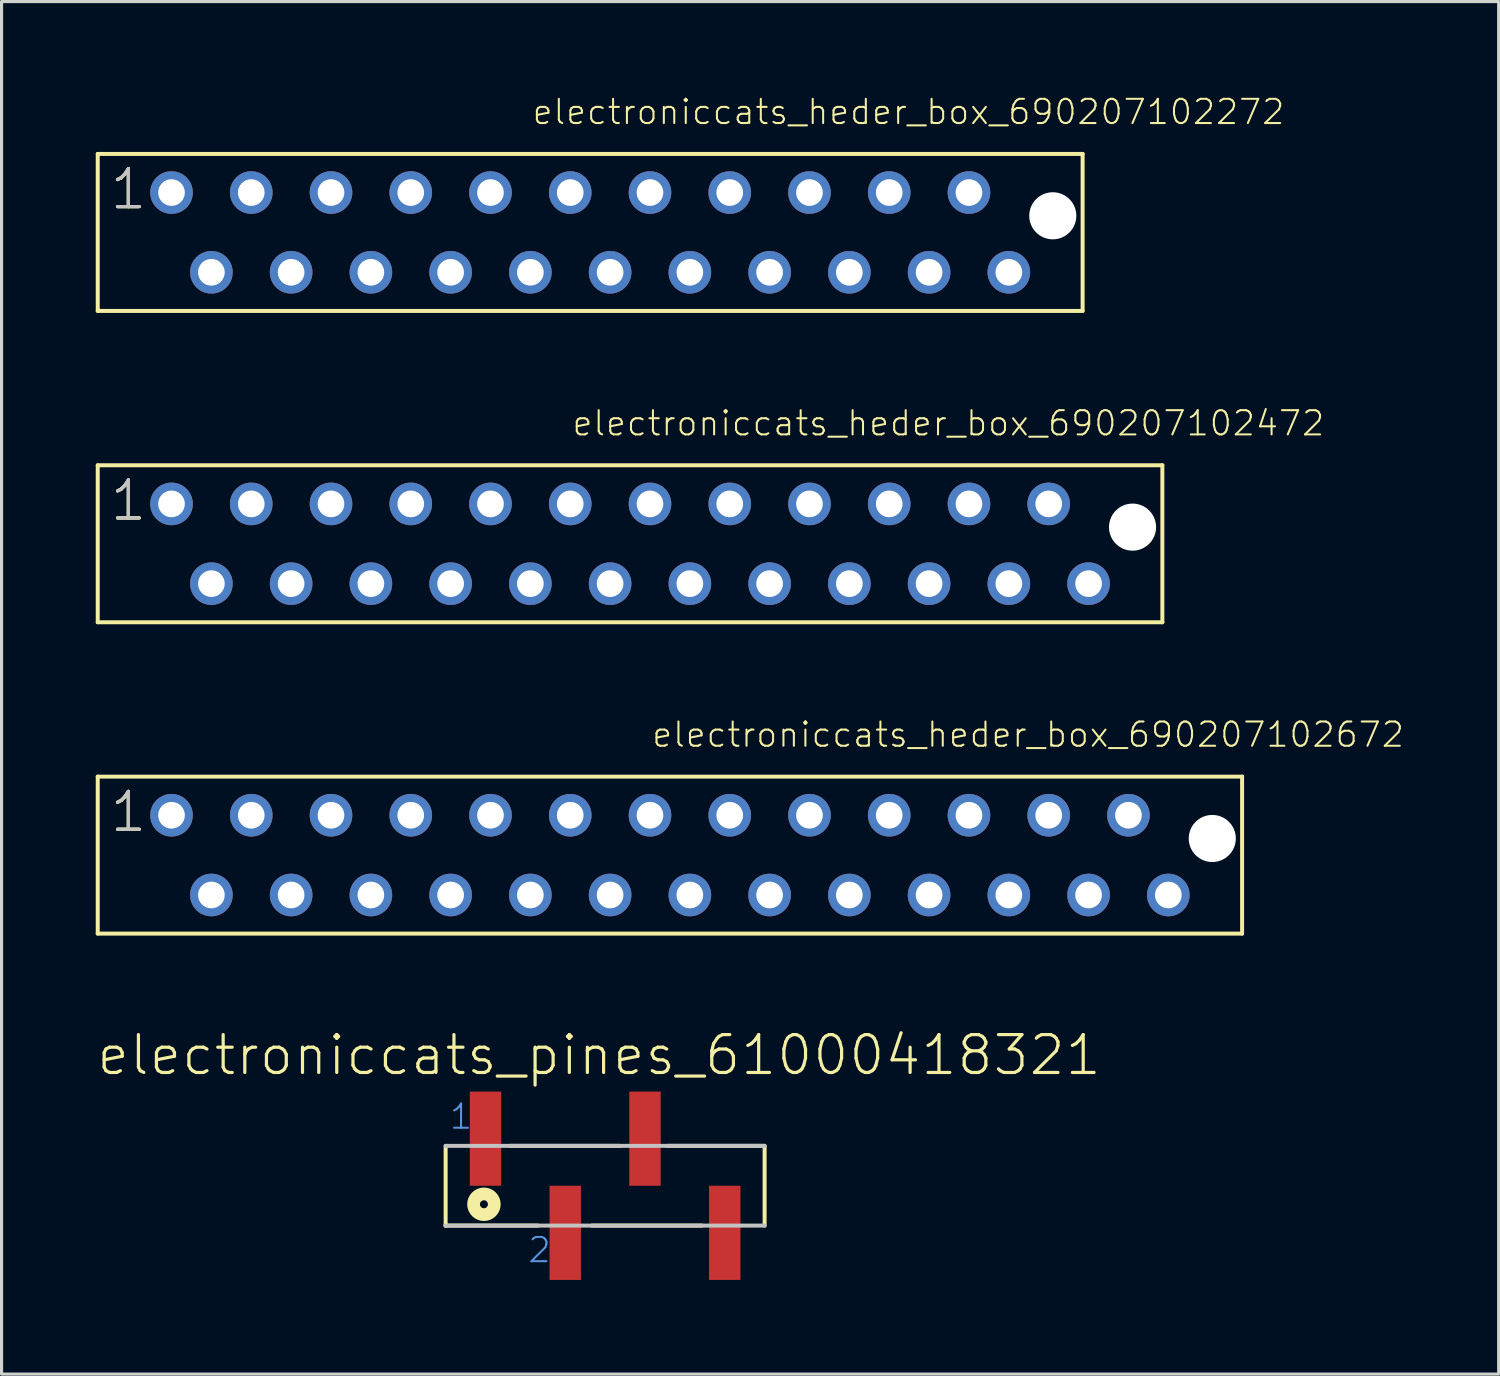
<source format=kicad_pcb>
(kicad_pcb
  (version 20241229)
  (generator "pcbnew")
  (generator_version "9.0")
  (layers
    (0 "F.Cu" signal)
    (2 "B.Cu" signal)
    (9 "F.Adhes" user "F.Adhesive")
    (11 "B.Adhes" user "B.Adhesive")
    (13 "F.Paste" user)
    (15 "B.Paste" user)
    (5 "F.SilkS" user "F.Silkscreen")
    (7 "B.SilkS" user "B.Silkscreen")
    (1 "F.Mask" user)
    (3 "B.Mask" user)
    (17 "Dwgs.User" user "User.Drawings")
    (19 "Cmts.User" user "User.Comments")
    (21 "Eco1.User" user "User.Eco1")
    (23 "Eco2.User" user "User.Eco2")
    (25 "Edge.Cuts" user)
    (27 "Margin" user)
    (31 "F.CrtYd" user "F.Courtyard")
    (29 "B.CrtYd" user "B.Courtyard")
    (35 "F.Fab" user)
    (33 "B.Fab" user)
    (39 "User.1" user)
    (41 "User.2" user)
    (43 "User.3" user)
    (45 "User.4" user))
  (footprint "electroniccats_heder_box_690207102272"
    (layer "F.Cu")
    (at 15.748 4.353)
    (property "Reference" "electroniccats_heder_box_690207102272" (at -1.887 -3.386 0) (layer "F.SilkS") (effects (font (size 0.772 0.772) (thickness 0.065)) (justify left bottom)))
    (attr through_hole)
    (fp_line (start -15.685 -2.5) (end -15.685 2.5) (stroke (width 0.127) (type solid)) (layer "F.SilkS"))
    (fp_line (start -15.685 2.5) (end 15.685 2.5) (stroke (width 0.127) (type solid)) (layer "F.SilkS"))
    (fp_line (start 15.685 -2.5) (end -15.685 -2.5) (stroke (width 0.127) (type solid)) (layer "F.SilkS"))
    (fp_line (start 15.685 2.5) (end 15.685 -2.5) (stroke (width 0.127) (type solid)) (layer "F.SilkS"))
    (fp_text user "1" (at -15.35 -0.67 0) (layer "F.SilkS") (effects (font (size 1.206 1.206) (thickness 0.102)) (justify left bottom)))
    (fp_text user "1" (at -15.35 -0.67 0) (layer "F.SilkS") (effects (font (size 1.206 1.206) (thickness 0.102)) (justify left bottom)))
    (fp_text user "1" (at -15.35 -0.67 0) (layer "Dwgs.User") (effects (font (size 1.206 1.206) (thickness 0.102)) (justify left bottom)))
    (pad "" np_thru_hole circle (at 14.735 -0.53) (size 1.5 1.5) (drill 1.5) (layers "*.Cu"))
    (pad "1" thru_hole circle (at -13.335 -1.27 180) (size 1.358 1.358) (drill 0.85) (layers "*.Cu" "*.Mask"))
    (pad "2" thru_hole circle (at -12.065 1.27 180) (size 1.358 1.358) (drill 0.85) (layers "*.Cu" "*.Mask"))
    (pad "3" thru_hole circle (at -10.795 -1.27 180) (size 1.358 1.358) (drill 0.85) (layers "*.Cu" "*.Mask"))
    (pad "4" thru_hole circle (at -9.525 1.27 180) (size 1.358 1.358) (drill 0.85) (layers "*.Cu" "*.Mask"))
    (pad "5" thru_hole circle (at -8.255 -1.27 180) (size 1.358 1.358) (drill 0.85) (layers "*.Cu" "*.Mask"))
    (pad "6" thru_hole circle (at -6.985 1.27 180) (size 1.358 1.358) (drill 0.85) (layers "*.Cu" "*.Mask"))
    (pad "7" thru_hole circle (at -5.715 -1.27 180) (size 1.358 1.358) (drill 0.85) (layers "*.Cu" "*.Mask"))
    (pad "8" thru_hole circle (at -4.445 1.27 180) (size 1.358 1.358) (drill 0.85) (layers "*.Cu" "*.Mask"))
    (pad "9" thru_hole circle (at -3.175 -1.27 180) (size 1.358 1.358) (drill 0.85) (layers "*.Cu" "*.Mask"))
    (pad "10" thru_hole circle (at -1.905 1.27 180) (size 1.358 1.358) (drill 0.85) (layers "*.Cu" "*.Mask"))
    (pad "11" thru_hole circle (at -0.635 -1.27 180) (size 1.358 1.358) (drill 0.85) (layers "*.Cu" "*.Mask"))
    (pad "12" thru_hole circle (at 0.635 1.27 180) (size 1.358 1.358) (drill 0.85) (layers "*.Cu" "*.Mask"))
    (pad "13" thru_hole circle (at 1.905 -1.27 180) (size 1.358 1.358) (drill 0.85) (layers "*.Cu" "*.Mask"))
    (pad "14" thru_hole circle (at 3.175 1.27 180) (size 1.358 1.358) (drill 0.85) (layers "*.Cu" "*.Mask"))
    (pad "15" thru_hole circle (at 4.445 -1.27 180) (size 1.358 1.358) (drill 0.85) (layers "*.Cu" "*.Mask"))
    (pad "16" thru_hole circle (at 5.715 1.27 180) (size 1.358 1.358) (drill 0.85) (layers "*.Cu" "*.Mask"))
    (pad "17" thru_hole circle (at 6.985 -1.27 180) (size 1.358 1.358) (drill 0.85) (layers "*.Cu" "*.Mask"))
    (pad "18" thru_hole circle (at 8.255 1.27 180) (size 1.358 1.358) (drill 0.85) (layers "*.Cu" "*.Mask"))
    (pad "19" thru_hole circle (at 9.525 -1.27 180) (size 1.358 1.358) (drill 0.85) (layers "*.Cu" "*.Mask"))
    (pad "20" thru_hole circle (at 10.795 1.27 180) (size 1.358 1.358) (drill 0.85) (layers "*.Cu" "*.Mask"))
    (pad "21" thru_hole circle (at 12.065 -1.27 180) (size 1.358 1.358) (drill 0.85) (layers "*.Cu" "*.Mask"))
    (pad "22" thru_hole circle (at 13.335 1.27 180) (size 1.358 1.358) (drill 0.85) (layers "*.Cu" "*.Mask")))
  (footprint "electroniccats_heder_box_690207102672"
    (layer "F.Cu")
    (at 19.558 24.187)
    (property "Reference" "electroniccats_heder_box_690207102672" (at -1.887 -3.386 0) (layer "F.SilkS") (effects (font (size 0.772 0.772) (thickness 0.065)) (justify left bottom)))
    (attr through_hole)
    (fp_line (start -19.495 -2.5) (end -19.495 2.5) (stroke (width 0.127) (type solid)) (layer "F.SilkS"))
    (fp_line (start -19.495 2.5) (end 16.955 2.5) (stroke (width 0.127) (type solid)) (layer "F.SilkS"))
    (fp_line (start 16.955 -2.5) (end -19.495 -2.5) (stroke (width 0.127) (type solid)) (layer "F.SilkS"))
    (fp_line (start 16.955 2.5) (end 16.955 -2.5) (stroke (width 0.127) (type solid)) (layer "F.SilkS"))
    (fp_text user "1" (at -19.16 -0.67 0) (layer "F.SilkS") (effects (font (size 1.206 1.206) (thickness 0.102)) (justify left bottom)))
    (fp_text user "1" (at -19.16 -0.67 0) (layer "F.SilkS") (effects (font (size 1.206 1.206) (thickness 0.102)) (justify left bottom)))
    (fp_text user "1" (at -19.16 -0.67 0) (layer "Dwgs.User") (effects (font (size 1.206 1.206) (thickness 0.102)) (justify left bottom)))
    (pad "" np_thru_hole circle (at 16.005 -0.53) (size 1.5 1.5) (drill 1.5) (layers "*.Cu"))
    (pad "1" thru_hole circle (at -17.145 -1.27 180) (size 1.358 1.358) (drill 0.85) (layers "*.Cu" "*.Mask"))
    (pad "2" thru_hole circle (at -15.875 1.27 180) (size 1.358 1.358) (drill 0.85) (layers "*.Cu" "*.Mask"))
    (pad "3" thru_hole circle (at -14.605 -1.27 180) (size 1.358 1.358) (drill 0.85) (layers "*.Cu" "*.Mask"))
    (pad "4" thru_hole circle (at -13.335 1.27 180) (size 1.358 1.358) (drill 0.85) (layers "*.Cu" "*.Mask"))
    (pad "5" thru_hole circle (at -12.065 -1.27 180) (size 1.358 1.358) (drill 0.85) (layers "*.Cu" "*.Mask"))
    (pad "6" thru_hole circle (at -10.795 1.27 180) (size 1.358 1.358) (drill 0.85) (layers "*.Cu" "*.Mask"))
    (pad "7" thru_hole circle (at -9.525 -1.27 180) (size 1.358 1.358) (drill 0.85) (layers "*.Cu" "*.Mask"))
    (pad "8" thru_hole circle (at -8.255 1.27 180) (size 1.358 1.358) (drill 0.85) (layers "*.Cu" "*.Mask"))
    (pad "9" thru_hole circle (at -6.985 -1.27 180) (size 1.358 1.358) (drill 0.85) (layers "*.Cu" "*.Mask"))
    (pad "10" thru_hole circle (at -5.715 1.27 180) (size 1.358 1.358) (drill 0.85) (layers "*.Cu" "*.Mask"))
    (pad "11" thru_hole circle (at -4.445 -1.27 180) (size 1.358 1.358) (drill 0.85) (layers "*.Cu" "*.Mask"))
    (pad "12" thru_hole circle (at -3.175 1.27 180) (size 1.358 1.358) (drill 0.85) (layers "*.Cu" "*.Mask"))
    (pad "13" thru_hole circle (at -1.905 -1.27 180) (size 1.358 1.358) (drill 0.85) (layers "*.Cu" "*.Mask"))
    (pad "14" thru_hole circle (at -0.635 1.27 180) (size 1.358 1.358) (drill 0.85) (layers "*.Cu" "*.Mask"))
    (pad "15" thru_hole circle (at 0.635 -1.27 180) (size 1.358 1.358) (drill 0.85) (layers "*.Cu" "*.Mask"))
    (pad "16" thru_hole circle (at 1.905 1.27 180) (size 1.358 1.358) (drill 0.85) (layers "*.Cu" "*.Mask"))
    (pad "17" thru_hole circle (at 3.175 -1.27 180) (size 1.358 1.358) (drill 0.85) (layers "*.Cu" "*.Mask"))
    (pad "18" thru_hole circle (at 4.445 1.27 180) (size 1.358 1.358) (drill 0.85) (layers "*.Cu" "*.Mask"))
    (pad "19" thru_hole circle (at 5.715 -1.27 180) (size 1.358 1.358) (drill 0.85) (layers "*.Cu" "*.Mask"))
    (pad "20" thru_hole circle (at 6.985 1.27 180) (size 1.358 1.358) (drill 0.85) (layers "*.Cu" "*.Mask"))
    (pad "21" thru_hole circle (at 8.255 -1.27 180) (size 1.358 1.358) (drill 0.85) (layers "*.Cu" "*.Mask"))
    (pad "22" thru_hole circle (at 9.525 1.27 180) (size 1.358 1.358) (drill 0.85) (layers "*.Cu" "*.Mask"))
    (pad "23" thru_hole circle (at 10.795 -1.27 180) (size 1.358 1.358) (drill 0.85) (layers "*.Cu" "*.Mask"))
    (pad "24" thru_hole circle (at 12.065 1.27 180) (size 1.358 1.358) (drill 0.85) (layers "*.Cu" "*.Mask"))
    (pad "25" thru_hole circle (at 13.335 -1.27 180) (size 1.358 1.358) (drill 0.85) (layers "*.Cu" "*.Mask"))
    (pad "26" thru_hole circle (at 14.605 1.27 180) (size 1.358 1.358) (drill 0.85) (layers "*.Cu" "*.Mask")))
  (footprint "electroniccats_pines_61000418321"
    (layer "F.Cu")
    (at 16.224 34.718)
    (property "Reference" "electroniccats_pines_61000418321" (at -0.192 -3.456 0) (layer "F.SilkS") (effects (font (size 1.206 1.206) (thickness 0.102)) (justify bottom)))
    (attr through_hole)
    (fp_line (start -5.081 1.27) (end -5.081 1.261) (stroke (width 0.127) (type solid)) (layer "F.SilkS"))
    (fp_line (start -5.08 -1.27) (end -5.08 1.27) (stroke (width 0.127) (type solid)) (layer "F.SilkS"))
    (fp_line (start -3.041 -1.27) (end 0.476 -1.27) (stroke (width 0.127) (type solid)) (layer "F.SilkS"))
    (fp_line (start -2.144 1.27) (end -5.081 1.27) (stroke (width 0.127) (type solid)) (layer "F.SilkS"))
    (fp_line (start -0.425 1.27) (end 3.092 1.27) (stroke (width 0.127) (type solid)) (layer "F.SilkS"))
    (fp_line (start 1.993 -1.27) (end 5.07 -1.27) (stroke (width 0.127) (type solid)) (layer "F.SilkS"))
    (fp_line (start 5.08 1.27) (end 5.08 -1.27) (stroke (width 0.127) (type solid)) (layer "F.SilkS"))
    (fp_circle (center -3.86 0.59) (end -3.733 0.59) (stroke (width 0.406) (type solid)) (fill no) (layer "F.SilkS"))
    (fp_line (start -5.08 1.27) (end 5.08 1.27) (stroke (width 0.127) (type solid)) (layer "Dwgs.User"))
    (fp_line (start 5.08 -1.27) (end -5.08 -1.27) (stroke (width 0.127) (type solid)) (layer "Dwgs.User"))
    (fp_text user "2" (at -2.5 2.5 0) (layer "Cmts.User") (effects (font (size 0.772 0.772) (thickness 0.065)) (justify left bottom)))
    (fp_text user "1" (at -5 -1.75 0) (layer "Cmts.User") (effects (font (size 0.772 0.772) (thickness 0.065)) (justify left bottom)))
    (pad "1" smd rect (at -3.81 -1.5) (size 1 3) (layers "F.Cu" "F.Mask" "F.Paste"))
    (pad "2" smd rect (at -1.27 1.5) (size 1 3) (layers "F.Cu" "F.Mask" "F.Paste"))
    (pad "3" smd rect (at 1.27 -1.5) (size 1 3) (layers "F.Cu" "F.Mask" "F.Paste"))
    (pad "4" smd rect (at 3.81 1.5) (size 1 3) (layers "F.Cu" "F.Mask" "F.Paste")))
  (footprint "electroniccats_heder_box_690207102472"
    (layer "F.Cu")
    (at 17.018 14.27)
    (property "Reference" "electroniccats_heder_box_690207102472" (at -1.887 -3.386 0) (layer "F.SilkS") (effects (font (size 0.772 0.772) (thickness 0.065)) (justify left bottom)))
    (attr through_hole)
    (fp_line (start -16.955 -2.5) (end -16.955 2.5) (stroke (width 0.127) (type solid)) (layer "F.SilkS"))
    (fp_line (start -16.955 2.5) (end 16.955 2.5) (stroke (width 0.127) (type solid)) (layer "F.SilkS"))
    (fp_line (start 16.955 -2.5) (end -16.955 -2.5) (stroke (width 0.127) (type solid)) (layer "F.SilkS"))
    (fp_line (start 16.955 2.5) (end 16.955 -2.5) (stroke (width 0.127) (type solid)) (layer "F.SilkS"))
    (fp_text user "1" (at -16.62 -0.67 0) (layer "F.SilkS") (effects (font (size 1.206 1.206) (thickness 0.102)) (justify left bottom)))
    (fp_text user "1" (at -16.62 -0.67 0) (layer "F.SilkS") (effects (font (size 1.206 1.206) (thickness 0.102)) (justify left bottom)))
    (fp_text user "1" (at -16.62 -0.67 0) (layer "Dwgs.User") (effects (font (size 1.206 1.206) (thickness 0.102)) (justify left bottom)))
    (pad "" np_thru_hole circle (at 16.005 -0.53) (size 1.5 1.5) (drill 1.5) (layers "*.Cu"))
    (pad "1" thru_hole circle (at -14.605 -1.27 180) (size 1.358 1.358) (drill 0.85) (layers "*.Cu" "*.Mask"))
    (pad "2" thru_hole circle (at -13.335 1.27 180) (size 1.358 1.358) (drill 0.85) (layers "*.Cu" "*.Mask"))
    (pad "3" thru_hole circle (at -12.065 -1.27 180) (size 1.358 1.358) (drill 0.85) (layers "*.Cu" "*.Mask"))
    (pad "4" thru_hole circle (at -10.795 1.27 180) (size 1.358 1.358) (drill 0.85) (layers "*.Cu" "*.Mask"))
    (pad "5" thru_hole circle (at -9.525 -1.27 180) (size 1.358 1.358) (drill 0.85) (layers "*.Cu" "*.Mask"))
    (pad "6" thru_hole circle (at -8.255 1.27 180) (size 1.358 1.358) (drill 0.85) (layers "*.Cu" "*.Mask"))
    (pad "7" thru_hole circle (at -6.985 -1.27 180) (size 1.358 1.358) (drill 0.85) (layers "*.Cu" "*.Mask"))
    (pad "8" thru_hole circle (at -5.715 1.27 180) (size 1.358 1.358) (drill 0.85) (layers "*.Cu" "*.Mask"))
    (pad "9" thru_hole circle (at -4.445 -1.27 180) (size 1.358 1.358) (drill 0.85) (layers "*.Cu" "*.Mask"))
    (pad "10" thru_hole circle (at -3.175 1.27 180) (size 1.358 1.358) (drill 0.85) (layers "*.Cu" "*.Mask"))
    (pad "11" thru_hole circle (at -1.905 -1.27 180) (size 1.358 1.358) (drill 0.85) (layers "*.Cu" "*.Mask"))
    (pad "12" thru_hole circle (at -0.635 1.27 180) (size 1.358 1.358) (drill 0.85) (layers "*.Cu" "*.Mask"))
    (pad "13" thru_hole circle (at 0.635 -1.27 180) (size 1.358 1.358) (drill 0.85) (layers "*.Cu" "*.Mask"))
    (pad "14" thru_hole circle (at 1.905 1.27 180) (size 1.358 1.358) (drill 0.85) (layers "*.Cu" "*.Mask"))
    (pad "15" thru_hole circle (at 3.175 -1.27 180) (size 1.358 1.358) (drill 0.85) (layers "*.Cu" "*.Mask"))
    (pad "16" thru_hole circle (at 4.445 1.27 180) (size 1.358 1.358) (drill 0.85) (layers "*.Cu" "*.Mask"))
    (pad "17" thru_hole circle (at 5.715 -1.27 180) (size 1.358 1.358) (drill 0.85) (layers "*.Cu" "*.Mask"))
    (pad "18" thru_hole circle (at 6.985 1.27 180) (size 1.358 1.358) (drill 0.85) (layers "*.Cu" "*.Mask"))
    (pad "19" thru_hole circle (at 8.255 -1.27 180) (size 1.358 1.358) (drill 0.85) (layers "*.Cu" "*.Mask"))
    (pad "20" thru_hole circle (at 9.525 1.27 180) (size 1.358 1.358) (drill 0.85) (layers "*.Cu" "*.Mask"))
    (pad "21" thru_hole circle (at 10.795 -1.27 180) (size 1.358 1.358) (drill 0.85) (layers "*.Cu" "*.Mask"))
    (pad "22" thru_hole circle (at 12.065 1.27 180) (size 1.358 1.358) (drill 0.85) (layers "*.Cu" "*.Mask"))
    (pad "23" thru_hole circle (at 13.335 -1.27 180) (size 1.358 1.358) (drill 0.85) (layers "*.Cu" "*.Mask"))
    (pad "24" thru_hole circle (at 14.605 1.27 180) (size 1.358 1.358) (drill 0.85) (layers "*.Cu" "*.Mask")))
  (gr_rect
    (start -3 -3)
    (end 44.685 40.718)
    (stroke (width 0.1) (type default))
    (fill no)
    (layer "Edge.Cuts")))
</source>
